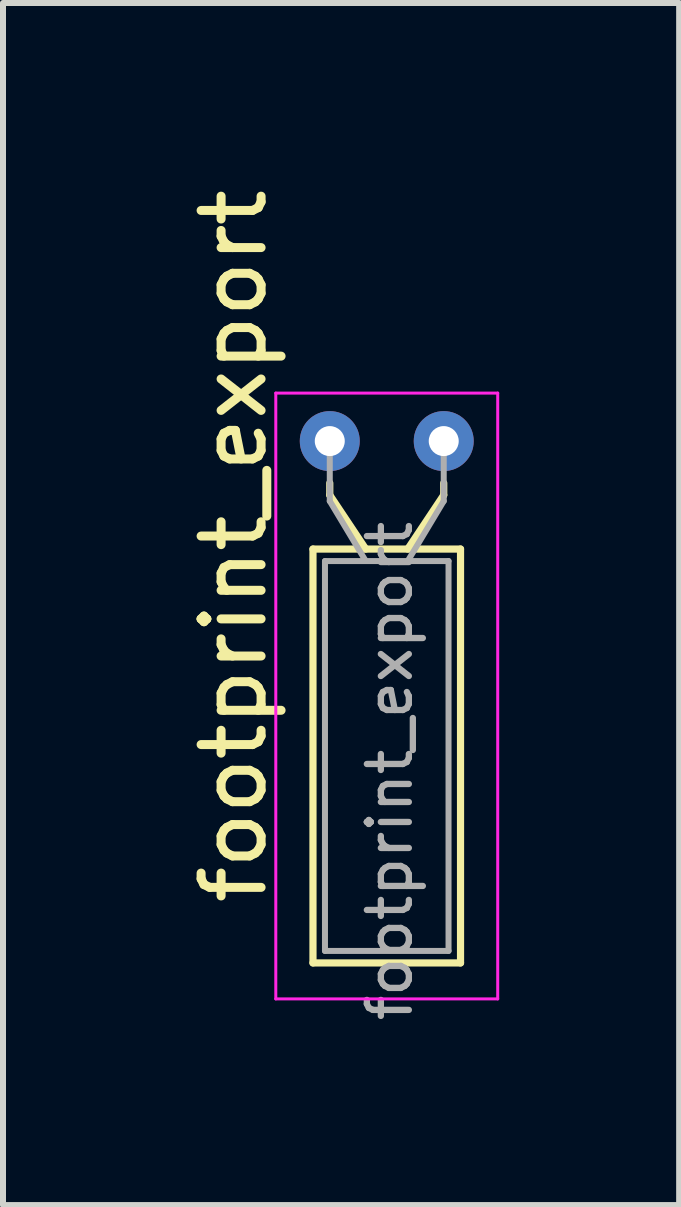
<source format=kicad_pcb>
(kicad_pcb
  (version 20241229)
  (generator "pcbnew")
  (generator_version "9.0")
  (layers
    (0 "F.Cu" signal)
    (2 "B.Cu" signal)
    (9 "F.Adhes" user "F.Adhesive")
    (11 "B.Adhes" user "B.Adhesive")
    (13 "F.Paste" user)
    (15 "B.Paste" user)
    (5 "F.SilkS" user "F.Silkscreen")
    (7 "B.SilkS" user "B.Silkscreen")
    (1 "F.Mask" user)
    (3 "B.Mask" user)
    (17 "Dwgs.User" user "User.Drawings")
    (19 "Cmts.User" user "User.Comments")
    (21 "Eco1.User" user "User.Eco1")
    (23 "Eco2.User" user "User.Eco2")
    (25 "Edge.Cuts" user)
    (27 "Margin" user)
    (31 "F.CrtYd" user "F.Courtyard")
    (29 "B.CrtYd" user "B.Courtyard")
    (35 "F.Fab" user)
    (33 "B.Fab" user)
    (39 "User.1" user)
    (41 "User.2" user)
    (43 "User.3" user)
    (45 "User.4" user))
  (footprint "footprint_export"
    (layer "F.Cu")
    (at 2.448 4.304)
    (property "Reference" "footprint_export" (at -1.6 1.75 90) (layer "F.SilkS") (effects (font (size 1 1) (thickness 0.15))))
    (attr through_hole)
    (fp_line (start -0.28 1.8) (end -0.28 8.7) (stroke (width 0.12) (type solid)) (layer "F.SilkS"))
    (fp_line (start -0.28 8.7) (end 2.18 8.7) (stroke (width 0.12) (type solid)) (layer "F.SilkS"))
    (fp_line (start 0 0.9) (end 0 0.7) (stroke (width 0.12) (type solid)) (layer "F.SilkS"))
    (fp_line (start 0.6 1.8) (end 0 0.9) (stroke (width 0.12) (type solid)) (layer "F.SilkS"))
    (fp_line (start 1.3 1.8) (end 1.9 0.9) (stroke (width 0.12) (type solid)) (layer "F.SilkS"))
    (fp_line (start 1.9 0.9) (end 1.9 0.7) (stroke (width 0.12) (type solid)) (layer "F.SilkS"))
    (fp_line (start 2.18 1.8) (end -0.28 1.8) (stroke (width 0.12) (type solid)) (layer "F.SilkS"))
    (fp_line (start 2.18 8.7) (end 2.18 1.8) (stroke (width 0.12) (type solid)) (layer "F.SilkS"))
    (fp_line (start -0.9 -0.8) (end -0.9 9.3) (stroke (width 0.05) (type solid)) (layer "F.CrtYd"))
    (fp_line (start -0.9 9.3) (end 2.8 9.3) (stroke (width 0.05) (type solid)) (layer "F.CrtYd"))
    (fp_line (start 2.8 -0.8) (end -0.9 -0.8) (stroke (width 0.05) (type solid)) (layer "F.CrtYd"))
    (fp_line (start 2.8 9.3) (end 2.8 -0.8) (stroke (width 0.05) (type solid)) (layer "F.CrtYd"))
    (fp_line (start -0.08 2) (end -0.08 8.5) (stroke (width 0.1) (type solid)) (layer "F.Fab"))
    (fp_line (start -0.08 8.5) (end 1.98 8.5) (stroke (width 0.1) (type solid)) (layer "F.Fab"))
    (fp_line (start 0 1) (end 0 0) (stroke (width 0.1) (type solid)) (layer "F.Fab"))
    (fp_line (start 0.6 2) (end 0 1) (stroke (width 0.1) (type solid)) (layer "F.Fab"))
    (fp_line (start 1.3 2) (end 1.9 1) (stroke (width 0.1) (type solid)) (layer "F.Fab"))
    (fp_line (start 1.9 1) (end 1.9 0) (stroke (width 0.1) (type solid)) (layer "F.Fab"))
    (fp_line (start 1.98 2) (end -0.08 2) (stroke (width 0.1) (type solid)) (layer "F.Fab"))
    (fp_line (start 1.98 8.5) (end 1.98 2) (stroke (width 0.1) (type solid)) (layer "F.Fab"))
    (fp_text user "${REFERENCE}" (at 1 5.5 90) (layer "F.Fab") (effects (font (size 0.7 0.7) (thickness 0.105))))
    (pad "1" thru_hole circle (at 0 0) (size 1 1) (drill 0.5) (layers "*.Cu" "*.Mask"))
    (pad "2" thru_hole circle (at 1.9 0) (size 1 1) (drill 0.5) (layers "*.Cu" "*.Mask")))
  (gr_rect
    (start -3 -3)
    (end 8.273 17.041)
    (stroke (width 0.1) (type default))
    (fill no)
    (layer "Edge.Cuts")))
</source>
